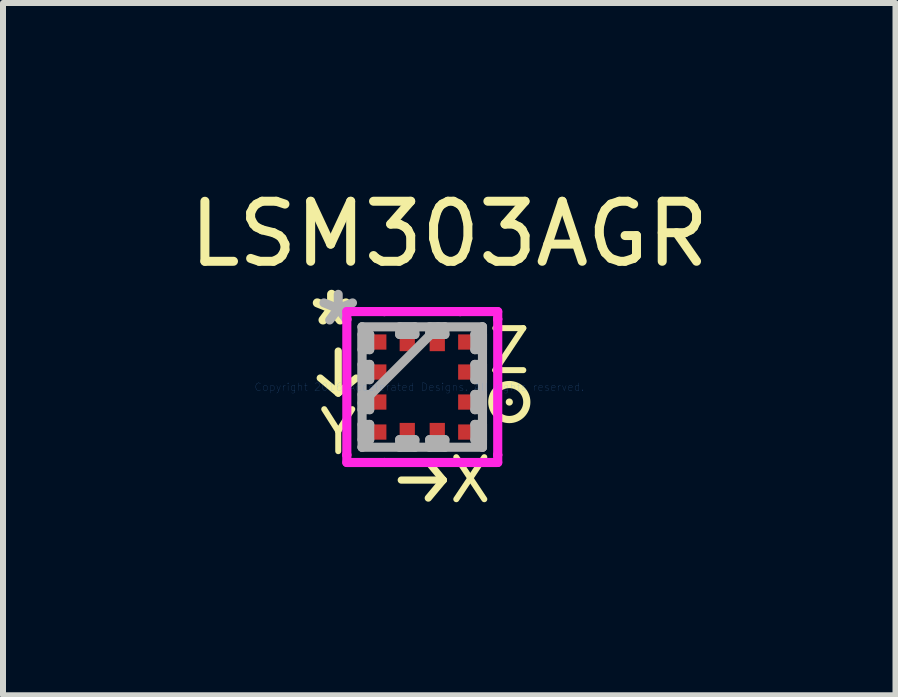
<source format=kicad_pcb>
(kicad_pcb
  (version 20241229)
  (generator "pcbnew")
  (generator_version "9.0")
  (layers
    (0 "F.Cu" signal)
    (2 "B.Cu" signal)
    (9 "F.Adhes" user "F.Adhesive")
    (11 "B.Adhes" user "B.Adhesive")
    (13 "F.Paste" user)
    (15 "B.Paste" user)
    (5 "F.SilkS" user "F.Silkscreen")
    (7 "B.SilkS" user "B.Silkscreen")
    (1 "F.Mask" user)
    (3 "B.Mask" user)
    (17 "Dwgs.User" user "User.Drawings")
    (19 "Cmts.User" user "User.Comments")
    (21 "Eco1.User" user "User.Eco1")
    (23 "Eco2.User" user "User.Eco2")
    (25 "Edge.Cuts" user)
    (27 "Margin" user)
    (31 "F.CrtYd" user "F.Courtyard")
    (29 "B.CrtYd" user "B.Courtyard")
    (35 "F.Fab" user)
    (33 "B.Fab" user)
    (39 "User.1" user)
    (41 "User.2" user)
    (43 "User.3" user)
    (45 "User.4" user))
  (footprint "LSM303AGR"
    (layer "F.Cu")
    (at 3.985 3.398)
    (property "Reference" "LSM303AGR" (at 0.45 -2.55 0) (layer "F.SilkS") (effects (font (size 1 1) (thickness 0.15))))
    (attr through_hole)
    (fp_line (start -1.4 -0.6) (end -1.4 0.1) (stroke (width 0.12) (type solid)) (layer "F.SilkS"))
    (fp_line (start -1.4 0.1) (end -1.7 -0.15) (stroke (width 0.12) (type solid)) (layer "F.SilkS"))
    (fp_line (start -1.4 0.1) (end -1.1 -0.15) (stroke (width 0.12) (type solid)) (layer "F.SilkS"))
    (fp_line (start -0.35 1.55) (end 0.35 1.55) (stroke (width 0.12) (type solid)) (layer "F.SilkS"))
    (fp_line (start 0.35 1.55) (end 0.1 1.25) (stroke (width 0.12) (type solid)) (layer "F.SilkS"))
    (fp_line (start 0.35 1.55) (end 0.1 1.85) (stroke (width 0.12) (type solid)) (layer "F.SilkS"))
    (fp_line (start 1.45 0.25) (end 1.45 0.25) (stroke (width 0.12) (type solid)) (layer "F.SilkS"))
    (fp_circle (center 1.45 0.25) (end 1.6 0.5) (stroke (width 0.12) (type solid)) (fill no) (layer "F.SilkS"))
    (fp_line (start -1.257 -1.257) (end -0.631 -1.257) (stroke (width 0.152) (type solid)) (layer "F.CrtYd"))
    (fp_line (start -1.257 -1.131) (end -1.257 -1.257) (stroke (width 0.152) (type solid)) (layer "F.CrtYd"))
    (fp_line (start -1.257 -1.131) (end -1.257 -1.131) (stroke (width 0.152) (type solid)) (layer "F.CrtYd"))
    (fp_line (start -1.257 1.131) (end -1.257 -1.131) (stroke (width 0.152) (type solid)) (layer "F.CrtYd"))
    (fp_line (start -1.257 1.131) (end -1.257 1.131) (stroke (width 0.152) (type solid)) (layer "F.CrtYd"))
    (fp_line (start -1.257 1.257) (end -1.257 1.131) (stroke (width 0.152) (type solid)) (layer "F.CrtYd"))
    (fp_line (start -0.631 -1.257) (end -0.631 -1.257) (stroke (width 0.152) (type solid)) (layer "F.CrtYd"))
    (fp_line (start -0.631 -1.257) (end 0.631 -1.257) (stroke (width 0.152) (type solid)) (layer "F.CrtYd"))
    (fp_line (start -0.631 1.257) (end -1.257 1.257) (stroke (width 0.152) (type solid)) (layer "F.CrtYd"))
    (fp_line (start -0.631 1.257) (end -0.631 1.257) (stroke (width 0.152) (type solid)) (layer "F.CrtYd"))
    (fp_line (start 0.631 -1.257) (end 0.631 -1.257) (stroke (width 0.152) (type solid)) (layer "F.CrtYd"))
    (fp_line (start 0.631 -1.257) (end 1.257 -1.257) (stroke (width 0.152) (type solid)) (layer "F.CrtYd"))
    (fp_line (start 0.631 1.257) (end -0.631 1.257) (stroke (width 0.152) (type solid)) (layer "F.CrtYd"))
    (fp_line (start 0.631 1.257) (end 0.631 1.257) (stroke (width 0.152) (type solid)) (layer "F.CrtYd"))
    (fp_line (start 1.257 -1.257) (end 1.257 -1.131) (stroke (width 0.152) (type solid)) (layer "F.CrtYd"))
    (fp_line (start 1.257 -1.131) (end 1.257 -1.131) (stroke (width 0.152) (type solid)) (layer "F.CrtYd"))
    (fp_line (start 1.257 -1.131) (end 1.257 1.131) (stroke (width 0.152) (type solid)) (layer "F.CrtYd"))
    (fp_line (start 1.257 1.131) (end 1.257 1.131) (stroke (width 0.152) (type solid)) (layer "F.CrtYd"))
    (fp_line (start 1.257 1.131) (end 1.257 1.257) (stroke (width 0.152) (type solid)) (layer "F.CrtYd"))
    (fp_line (start 1.257 1.257) (end 0.631 1.257) (stroke (width 0.152) (type solid)) (layer "F.CrtYd"))
    (fp_line (start -1.003 -1.003) (end -1.003 -1.003) (stroke (width 0.152) (type solid)) (layer "F.Fab"))
    (fp_line (start -1.003 -1.003) (end -1.003 1.003) (stroke (width 0.152) (type solid)) (layer "F.Fab"))
    (fp_line (start -1.003 -0.877) (end -0.876 -0.877) (stroke (width 0.152) (type solid)) (layer "F.Fab"))
    (fp_line (start -1.003 -0.623) (end -1.003 -0.877) (stroke (width 0.152) (type solid)) (layer "F.Fab"))
    (fp_line (start -1.003 -0.377) (end -0.876 -0.377) (stroke (width 0.152) (type solid)) (layer "F.Fab"))
    (fp_line (start -1.003 -0.123) (end -1.003 -0.377) (stroke (width 0.152) (type solid)) (layer "F.Fab"))
    (fp_line (start -1.003 0.123) (end -0.876 0.123) (stroke (width 0.152) (type solid)) (layer "F.Fab"))
    (fp_line (start -1.003 0.267) (end 0.267 -1.003) (stroke (width 0.152) (type solid)) (layer "F.Fab"))
    (fp_line (start -1.003 0.377) (end -1.003 0.123) (stroke (width 0.152) (type solid)) (layer "F.Fab"))
    (fp_line (start -1.003 0.623) (end -0.876 0.623) (stroke (width 0.152) (type solid)) (layer "F.Fab"))
    (fp_line (start -1.003 0.877) (end -1.003 0.623) (stroke (width 0.152) (type solid)) (layer "F.Fab"))
    (fp_line (start -1.003 1.003) (end -1.003 1.003) (stroke (width 0.152) (type solid)) (layer "F.Fab"))
    (fp_line (start -1.003 1.003) (end 1.003 1.003) (stroke (width 0.152) (type solid)) (layer "F.Fab"))
    (fp_line (start -0.876 -0.877) (end -0.876 -0.623) (stroke (width 0.152) (type solid)) (layer "F.Fab"))
    (fp_line (start -0.876 -0.623) (end -1.003 -0.623) (stroke (width 0.152) (type solid)) (layer "F.Fab"))
    (fp_line (start -0.876 -0.377) (end -0.876 -0.123) (stroke (width 0.152) (type solid)) (layer "F.Fab"))
    (fp_line (start -0.876 -0.123) (end -1.003 -0.123) (stroke (width 0.152) (type solid)) (layer "F.Fab"))
    (fp_line (start -0.876 0.123) (end -0.876 0.377) (stroke (width 0.152) (type solid)) (layer "F.Fab"))
    (fp_line (start -0.876 0.377) (end -1.003 0.377) (stroke (width 0.152) (type solid)) (layer "F.Fab"))
    (fp_line (start -0.876 0.623) (end -0.876 0.877) (stroke (width 0.152) (type solid)) (layer "F.Fab"))
    (fp_line (start -0.876 0.877) (end -1.003 0.877) (stroke (width 0.152) (type solid)) (layer "F.Fab"))
    (fp_line (start -0.377 -1.003) (end -0.123 -1.003) (stroke (width 0.152) (type solid)) (layer "F.Fab"))
    (fp_line (start -0.377 -0.876) (end -0.377 -1.003) (stroke (width 0.152) (type solid)) (layer "F.Fab"))
    (fp_line (start -0.377 0.876) (end -0.123 0.876) (stroke (width 0.152) (type solid)) (layer "F.Fab"))
    (fp_line (start -0.377 1.003) (end -0.377 0.876) (stroke (width 0.152) (type solid)) (layer "F.Fab"))
    (fp_line (start -0.123 -1.003) (end -0.123 -0.876) (stroke (width 0.152) (type solid)) (layer "F.Fab"))
    (fp_line (start -0.123 -0.876) (end -0.377 -0.876) (stroke (width 0.152) (type solid)) (layer "F.Fab"))
    (fp_line (start -0.123 0.876) (end -0.123 1.003) (stroke (width 0.152) (type solid)) (layer "F.Fab"))
    (fp_line (start -0.123 1.003) (end -0.377 1.003) (stroke (width 0.152) (type solid)) (layer "F.Fab"))
    (fp_line (start 0.123 -1.003) (end 0.377 -1.003) (stroke (width 0.152) (type solid)) (layer "F.Fab"))
    (fp_line (start 0.123 -0.876) (end 0.123 -1.003) (stroke (width 0.152) (type solid)) (layer "F.Fab"))
    (fp_line (start 0.123 0.876) (end 0.377 0.876) (stroke (width 0.152) (type solid)) (layer "F.Fab"))
    (fp_line (start 0.123 1.003) (end 0.123 0.876) (stroke (width 0.152) (type solid)) (layer "F.Fab"))
    (fp_line (start 0.377 -1.003) (end 0.377 -0.876) (stroke (width 0.152) (type solid)) (layer "F.Fab"))
    (fp_line (start 0.377 -0.876) (end 0.123 -0.876) (stroke (width 0.152) (type solid)) (layer "F.Fab"))
    (fp_line (start 0.377 0.876) (end 0.377 1.003) (stroke (width 0.152) (type solid)) (layer "F.Fab"))
    (fp_line (start 0.377 1.003) (end 0.123 1.003) (stroke (width 0.152) (type solid)) (layer "F.Fab"))
    (fp_line (start 0.876 -0.877) (end 1.003 -0.877) (stroke (width 0.152) (type solid)) (layer "F.Fab"))
    (fp_line (start 0.876 -0.623) (end 0.876 -0.877) (stroke (width 0.152) (type solid)) (layer "F.Fab"))
    (fp_line (start 0.876 -0.377) (end 1.003 -0.377) (stroke (width 0.152) (type solid)) (layer "F.Fab"))
    (fp_line (start 0.876 -0.123) (end 0.876 -0.377) (stroke (width 0.152) (type solid)) (layer "F.Fab"))
    (fp_line (start 0.876 0.123) (end 1.003 0.123) (stroke (width 0.152) (type solid)) (layer "F.Fab"))
    (fp_line (start 0.876 0.377) (end 0.876 0.123) (stroke (width 0.152) (type solid)) (layer "F.Fab"))
    (fp_line (start 0.876 0.623) (end 1.003 0.623) (stroke (width 0.152) (type solid)) (layer "F.Fab"))
    (fp_line (start 0.876 0.877) (end 0.876 0.623) (stroke (width 0.152) (type solid)) (layer "F.Fab"))
    (fp_line (start 1.003 -1.003) (end -1.003 -1.003) (stroke (width 0.152) (type solid)) (layer "F.Fab"))
    (fp_line (start 1.003 -1.003) (end 1.003 -1.003) (stroke (width 0.152) (type solid)) (layer "F.Fab"))
    (fp_line (start 1.003 -0.877) (end 1.003 -0.623) (stroke (width 0.152) (type solid)) (layer "F.Fab"))
    (fp_line (start 1.003 -0.623) (end 0.876 -0.623) (stroke (width 0.152) (type solid)) (layer "F.Fab"))
    (fp_line (start 1.003 -0.377) (end 1.003 -0.123) (stroke (width 0.152) (type solid)) (layer "F.Fab"))
    (fp_line (start 1.003 -0.123) (end 0.876 -0.123) (stroke (width 0.152) (type solid)) (layer "F.Fab"))
    (fp_line (start 1.003 0.123) (end 1.003 0.377) (stroke (width 0.152) (type solid)) (layer "F.Fab"))
    (fp_line (start 1.003 0.377) (end 0.876 0.377) (stroke (width 0.152) (type solid)) (layer "F.Fab"))
    (fp_line (start 1.003 0.623) (end 1.003 0.877) (stroke (width 0.152) (type solid)) (layer "F.Fab"))
    (fp_line (start 1.003 0.877) (end 0.876 0.877) (stroke (width 0.152) (type solid)) (layer "F.Fab"))
    (fp_line (start 1.003 1.003) (end 1.003 -1.003) (stroke (width 0.152) (type solid)) (layer "F.Fab"))
    (fp_line (start 1.003 1.003) (end 1.003 1.003) (stroke (width 0.152) (type solid)) (layer "F.Fab"))
    (fp_text user "*" (at -1.511 -1 0) (layer "F.SilkS") (effects (font (size 1 1) (thickness 0.15))))
    (fp_text user "Y" (at -1.4 0.75 0) (layer "F.SilkS") (effects (font (size 0.7 0.7) (thickness 0.1))))
    (fp_text user "Z" (at 1.45 -0.6 0) (layer "F.SilkS") (effects (font (size 0.7 0.7) (thickness 0.1))))
    (fp_text user "X" (at 0.8 1.55 0) (layer "F.SilkS") (effects (font (size 0.7 0.7) (thickness 0.1))))
    (fp_text user "Copyright 2016 Accelerated Designs. All rights reserved." (at -0.05 0 0) (layer "Cmts.User") (effects (font (size 0.127 0.127) (thickness 0.002))))
    (fp_text user "*" (at -1.4 -1 0) (layer "F.Fab") (effects (font (size 1 1) (thickness 0.15))))
    (pad "1" smd rect (at -0.737 -0.75 90) (size 0.254 0.279) (layers "F.Cu" "F.Mask" "F.Paste"))
    (pad "2" smd rect (at -0.737 -0.25 90) (size 0.254 0.279) (layers "F.Cu" "F.Mask" "F.Paste"))
    (pad "3" smd rect (at -0.737 0.25 90) (size 0.254 0.279) (layers "F.Cu" "F.Mask" "F.Paste"))
    (pad "4" smd rect (at -0.737 0.75 90) (size 0.254 0.279) (layers "F.Cu" "F.Mask" "F.Paste"))
    (pad "5" smd rect (at -0.25 0.737) (size 0.254 0.279) (layers "F.Cu" "F.Mask" "F.Paste"))
    (pad "6" smd rect (at 0.25 0.737) (size 0.254 0.279) (layers "F.Cu" "F.Mask" "F.Paste"))
    (pad "7" smd rect (at 0.737 0.75 90) (size 0.254 0.279) (layers "F.Cu" "F.Mask" "F.Paste"))
    (pad "8" smd rect (at 0.737 0.25 90) (size 0.254 0.279) (layers "F.Cu" "F.Mask" "F.Paste"))
    (pad "9" smd rect (at 0.737 -0.25 90) (size 0.254 0.279) (layers "F.Cu" "F.Mask" "F.Paste"))
    (pad "10" smd rect (at 0.737 -0.75 90) (size 0.254 0.279) (layers "F.Cu" "F.Mask" "F.Paste"))
    (pad "11" smd rect (at 0.25 -0.737) (size 0.254 0.279) (layers "F.Cu" "F.Mask" "F.Paste"))
    (pad "12" smd rect (at -0.25 -0.737) (size 0.254 0.279) (layers "F.Cu" "F.Mask" "F.Paste")))
  (gr_rect
    (start -3 -3)
    (end 11.869 8.533)
    (stroke (width 0.1) (type default))
    (fill no)
    (layer "Edge.Cuts")))
</source>
